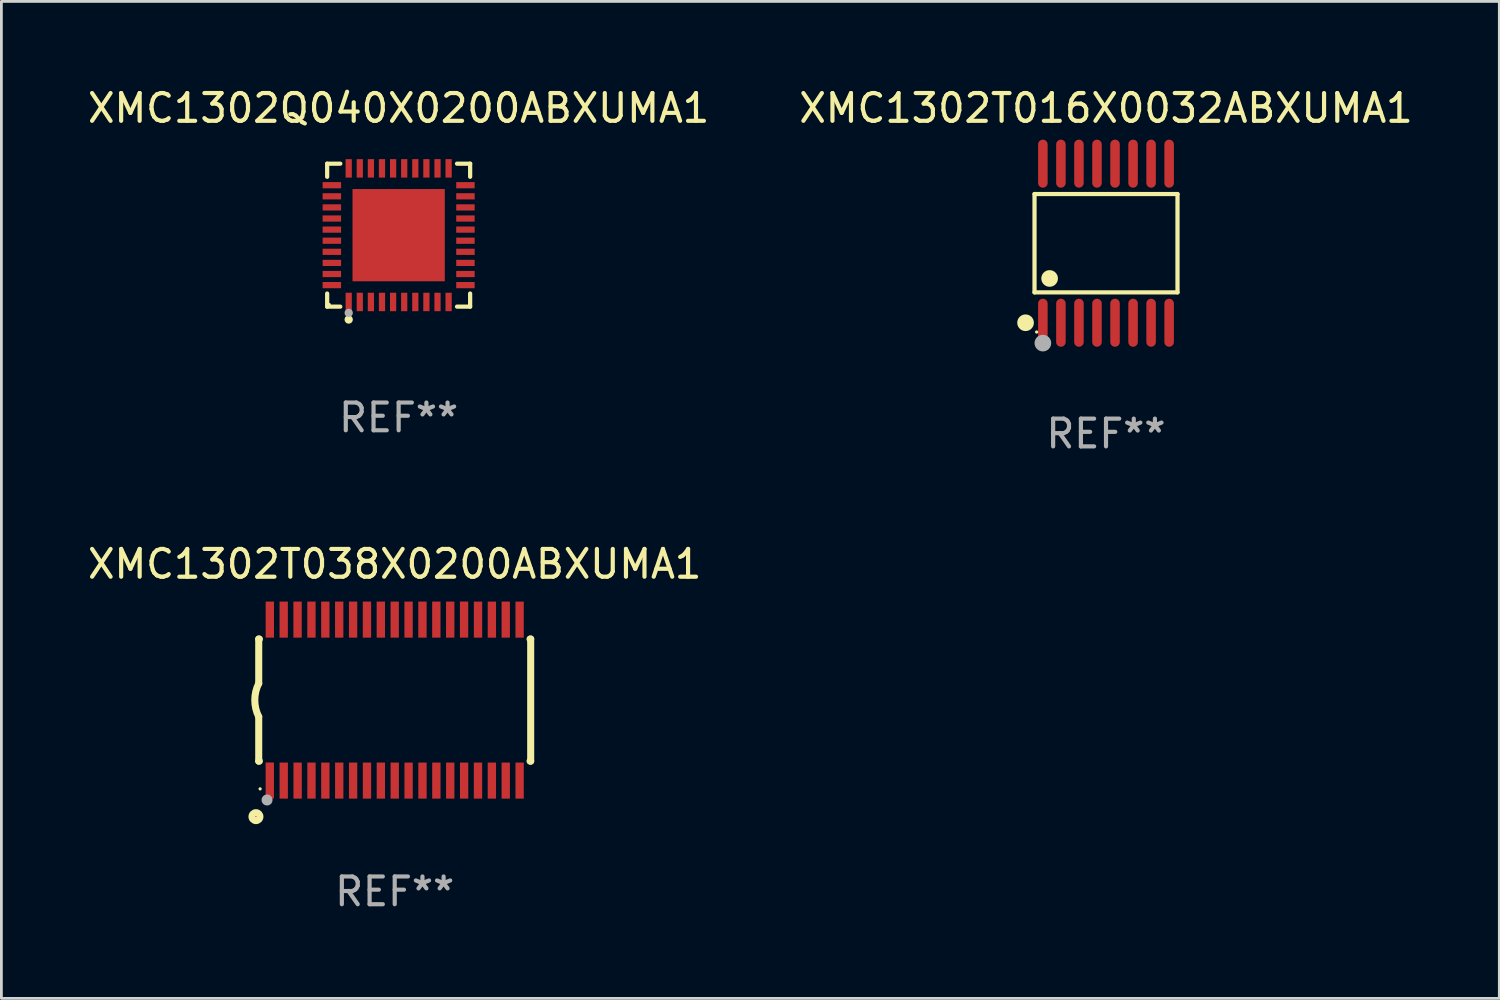
<source format=kicad_pcb>
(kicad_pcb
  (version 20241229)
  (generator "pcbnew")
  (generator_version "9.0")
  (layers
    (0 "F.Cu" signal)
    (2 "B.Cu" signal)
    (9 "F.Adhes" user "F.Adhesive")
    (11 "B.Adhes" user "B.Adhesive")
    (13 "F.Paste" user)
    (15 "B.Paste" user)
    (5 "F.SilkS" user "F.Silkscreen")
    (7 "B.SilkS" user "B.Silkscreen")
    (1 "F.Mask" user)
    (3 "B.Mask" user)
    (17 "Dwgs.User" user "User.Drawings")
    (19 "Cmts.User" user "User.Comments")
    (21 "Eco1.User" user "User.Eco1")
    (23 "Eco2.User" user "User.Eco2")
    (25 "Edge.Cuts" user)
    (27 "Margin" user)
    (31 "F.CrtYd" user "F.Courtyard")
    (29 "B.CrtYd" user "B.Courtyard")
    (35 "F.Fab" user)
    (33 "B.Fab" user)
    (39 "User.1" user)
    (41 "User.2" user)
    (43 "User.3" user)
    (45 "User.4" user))
  (footprint "XMC1302T016X0032ABXUMA1"
    (layer "F.Cu")
    (at 36.804 5.714)
    (property "Reference" "XMC1302T016X0032ABXUMA1" (at 0 -4.866 0) (layer "F.SilkS") (effects (font (size 1 1) (thickness 0.15))))
    (attr through_hole)
    (fp_line (start -2.576 -1.772) (end 2.576 -1.772) (stroke (width 0.152) (type solid)) (layer "F.SilkS"))
    (fp_line (start -2.576 1.771) (end -2.576 -1.772) (stroke (width 0.152) (type solid)) (layer "F.SilkS"))
    (fp_line (start 2.576 -1.772) (end 2.576 1.771) (stroke (width 0.152) (type solid)) (layer "F.SilkS"))
    (fp_line (start 2.576 1.771) (end -2.576 1.771) (stroke (width 0.152) (type solid)) (layer "F.SilkS"))
    (fp_circle (center -2.899 2.866) (end -2.749 2.866) (stroke (width 0.3) (type solid)) (fill no) (layer "F.SilkS"))
    (fp_circle (center -2.5 3.2) (end -2.47 3.2) (stroke (width 0.06) (type solid)) (fill no) (layer "F.SilkS"))
    (fp_circle (center -2.032 1.27) (end -1.882 1.27) (stroke (width 0.3) (type solid)) (fill no) (layer "F.SilkS"))
    (fp_circle (center -2.275 3.6) (end -2.125 3.6) (stroke (width 0.3) (type solid)) (fill no) (layer "F.Fab"))
    (fp_text user "REF**" (at 0 6.866 0) (layer "F.Fab") (effects (font (size 1 1) (thickness 0.15))))
    (pad "1" smd oval (at -2.275 2.866) (size 0.343 1.731) (layers "F.Cu" "F.Mask" "F.Paste"))
    (pad "2" smd oval (at -1.625 2.866) (size 0.343 1.731) (layers "F.Cu" "F.Mask" "F.Paste"))
    (pad "3" smd oval (at -0.975 2.866) (size 0.343 1.731) (layers "F.Cu" "F.Mask" "F.Paste"))
    (pad "4" smd oval (at -0.325 2.866) (size 0.343 1.731) (layers "F.Cu" "F.Mask" "F.Paste"))
    (pad "5" smd oval (at 0.325 2.866) (size 0.343 1.731) (layers "F.Cu" "F.Mask" "F.Paste"))
    (pad "6" smd oval (at 0.975 2.866) (size 0.343 1.731) (layers "F.Cu" "F.Mask" "F.Paste"))
    (pad "7" smd oval (at 1.625 2.866) (size 0.343 1.731) (layers "F.Cu" "F.Mask" "F.Paste"))
    (pad "8" smd oval (at 2.275 2.866) (size 0.343 1.731) (layers "F.Cu" "F.Mask" "F.Paste"))
    (pad "9" smd oval (at 2.275 -2.866) (size 0.343 1.731) (layers "F.Cu" "F.Mask" "F.Paste"))
    (pad "10" smd oval (at 1.625 -2.866) (size 0.343 1.731) (layers "F.Cu" "F.Mask" "F.Paste"))
    (pad "11" smd oval (at 0.975 -2.866) (size 0.343 1.731) (layers "F.Cu" "F.Mask" "F.Paste"))
    (pad "12" smd oval (at 0.325 -2.866) (size 0.343 1.731) (layers "F.Cu" "F.Mask" "F.Paste"))
    (pad "13" smd oval (at -0.325 -2.866) (size 0.343 1.731) (layers "F.Cu" "F.Mask" "F.Paste"))
    (pad "14" smd oval (at -0.975 -2.866) (size 0.343 1.731) (layers "F.Cu" "F.Mask" "F.Paste"))
    (pad "15" smd oval (at -1.625 -2.866) (size 0.343 1.731) (layers "F.Cu" "F.Mask" "F.Paste"))
    (pad "16" smd oval (at -2.275 -2.866) (size 0.343 1.731) (layers "F.Cu" "F.Mask" "F.Paste")))
  (footprint "XMC1302T038X0200ABXUMA1"
    (layer "F.Cu")
    (at 11.173 22.177)
    (property "Reference" "XMC1302T038X0200ABXUMA1" (at 0 -4.901 0) (layer "F.SilkS") (effects (font (size 1 1) (thickness 0.15))))
    (attr through_hole)
    (fp_line (start -4.9 -2.2) (end -4.9 -0.6) (stroke (width 0.254) (type solid)) (layer "F.SilkS"))
    (fp_line (start -4.9 -2.2) (end -4.876 -2.2) (stroke (width 0.254) (type solid)) (layer "F.SilkS"))
    (fp_line (start -4.9 2.2) (end -4.9 0.6) (stroke (width 0.254) (type solid)) (layer "F.SilkS"))
    (fp_line (start -4.9 2.2) (end -4.877 2.2) (stroke (width 0.254) (type solid)) (layer "F.SilkS"))
    (fp_line (start 4.876 -2.2) (end 4.9 -2.2) (stroke (width 0.254) (type solid)) (layer "F.SilkS"))
    (fp_line (start 4.877 2.2) (end 4.9 2.2) (stroke (width 0.254) (type solid)) (layer "F.SilkS"))
    (fp_line (start 4.9 -2.2) (end 4.9 2.2) (stroke (width 0.254) (type solid)) (layer "F.SilkS"))
    (fp_arc (start -4.900051 0.599822) (mid -5.041652 -0.000095) (end -4.9 -0.6) (stroke (width 0.254001) (type solid)) (layer "F.SilkS"))
    (fp_circle (center -5 4.2) (end -4.857 4.2) (stroke (width 0.254) (type solid)) (fill no) (layer "F.SilkS"))
    (fp_circle (center -4.85 3.2) (end -4.82 3.2) (stroke (width 0.06) (type solid)) (fill no) (layer "F.SilkS"))
    (fp_circle (center -4.6 3.6) (end -4.5 3.6) (stroke (width 0.2) (type solid)) (fill no) (layer "F.Fab"))
    (fp_text user "REF**" (at 0 6.901 0) (layer "F.Fab") (effects (font (size 1 1) (thickness 0.15))))
    (pad "1" smd rect (at -4.501 2.899 90) (size 1.3 0.3) (layers "F.Cu" "F.Mask" "F.Paste"))
    (pad "2" smd rect (at -3.999 2.901 90) (size 1.3 0.3) (layers "F.Cu" "F.Mask" "F.Paste"))
    (pad "3" smd rect (at -3.498 2.901 90) (size 1.3 0.3) (layers "F.Cu" "F.Mask" "F.Paste"))
    (pad "4" smd rect (at -2.999 2.901 90) (size 1.3 0.3) (layers "F.Cu" "F.Mask" "F.Paste"))
    (pad "5" smd rect (at -2.499 2.901 90) (size 1.3 0.3) (layers "F.Cu" "F.Mask" "F.Paste"))
    (pad "6" smd rect (at -1.999 2.901 90) (size 1.3 0.3) (layers "F.Cu" "F.Mask" "F.Paste"))
    (pad "7" smd rect (at -1.499 2.901 90) (size 1.3 0.3) (layers "F.Cu" "F.Mask" "F.Paste"))
    (pad "8" smd rect (at -0.999 2.901 90) (size 1.3 0.3) (layers "F.Cu" "F.Mask" "F.Paste"))
    (pad "9" smd rect (at -0.499 2.901 90) (size 1.3 0.3) (layers "F.Cu" "F.Mask" "F.Paste"))
    (pad "10" smd rect (at 0.001 2.901 90) (size 1.3 0.3) (layers "F.Cu" "F.Mask" "F.Paste"))
    (pad "11" smd rect (at 0.501 2.901 90) (size 1.3 0.3) (layers "F.Cu" "F.Mask" "F.Paste"))
    (pad "12" smd rect (at 1.001 2.901 90) (size 1.3 0.3) (layers "F.Cu" "F.Mask" "F.Paste"))
    (pad "13" smd rect (at 1.501 2.901 90) (size 1.3 0.3) (layers "F.Cu" "F.Mask" "F.Paste"))
    (pad "14" smd rect (at 2.001 2.901 90) (size 1.3 0.3) (layers "F.Cu" "F.Mask" "F.Paste"))
    (pad "15" smd rect (at 2.501 2.901 90) (size 1.3 0.3) (layers "F.Cu" "F.Mask" "F.Paste"))
    (pad "16" smd rect (at 3.001 2.901 90) (size 1.3 0.3) (layers "F.Cu" "F.Mask" "F.Paste"))
    (pad "17" smd rect (at 3.501 2.901 90) (size 1.3 0.3) (layers "F.Cu" "F.Mask" "F.Paste"))
    (pad "18" smd rect (at 4.001 2.901 90) (size 1.3 0.3) (layers "F.Cu" "F.Mask" "F.Paste"))
    (pad "19" smd rect (at 4.501 2.901 90) (size 1.3 0.3) (layers "F.Cu" "F.Mask" "F.Paste"))
    (pad "20" smd rect (at 4.501 -2.899 90) (size 1.3 0.3) (layers "F.Cu" "F.Mask" "F.Paste"))
    (pad "21" smd rect (at 4.001 -2.9 90) (size 1.3 0.3) (layers "F.Cu" "F.Mask" "F.Paste"))
    (pad "22" smd rect (at 3.501 -2.899 90) (size 1.3 0.3) (layers "F.Cu" "F.Mask" "F.Paste"))
    (pad "23" smd rect (at 3.002 -2.899 90) (size 1.3 0.3) (layers "F.Cu" "F.Mask" "F.Paste"))
    (pad "24" smd rect (at 2.499 -2.901 90) (size 1.3 0.3) (layers "F.Cu" "F.Mask" "F.Paste"))
    (pad "25" smd rect (at 2 -2.9 90) (size 1.3 0.3) (layers "F.Cu" "F.Mask" "F.Paste"))
    (pad "26" smd rect (at 1.5 -2.9 90) (size 1.3 0.3) (layers "F.Cu" "F.Mask" "F.Paste"))
    (pad "27" smd rect (at 1 -2.9 90) (size 1.3 0.3) (layers "F.Cu" "F.Mask" "F.Paste"))
    (pad "28" smd rect (at 0.5 -2.9 90) (size 1.3 0.3) (layers "F.Cu" "F.Mask" "F.Paste"))
    (pad "29" smd rect (at 0.000127 -2.9 90) (size 1.3 0.3) (layers "F.Cu" "F.Mask" "F.Paste"))
    (pad "30" smd rect (at -0.5 -2.9 90) (size 1.3 0.3) (layers "F.Cu" "F.Mask" "F.Paste"))
    (pad "31" smd rect (at -1 -2.9 90) (size 1.3 0.3) (layers "F.Cu" "F.Mask" "F.Paste"))
    (pad "32" smd rect (at -1.5 -2.9 90) (size 1.3 0.3) (layers "F.Cu" "F.Mask" "F.Paste"))
    (pad "33" smd rect (at -2 -2.9 90) (size 1.3 0.3) (layers "F.Cu" "F.Mask" "F.Paste"))
    (pad "34" smd rect (at -2.5 -2.9 90) (size 1.3 0.3) (layers "F.Cu" "F.Mask" "F.Paste"))
    (pad "35" smd rect (at -3 -2.9 90) (size 1.3 0.3) (layers "F.Cu" "F.Mask" "F.Paste"))
    (pad "36" smd rect (at -3.5 -2.9 90) (size 1.3 0.3) (layers "F.Cu" "F.Mask" "F.Paste"))
    (pad "37" smd rect (at -4 -2.9 90) (size 1.3 0.3) (layers "F.Cu" "F.Mask" "F.Paste"))
    (pad "38" smd rect (at -4.5 -2.9 90) (size 1.3 0.3) (layers "F.Cu" "F.Mask" "F.Paste")))
  (footprint "XMC1302Q040X0200ABXUMA1"
    (layer "F.Cu")
    (at 11.315 5.424)
    (property "Reference" "XMC1302Q040X0200ABXUMA1" (at 0 -4.576 0) (layer "F.SilkS") (effects (font (size 1 1) (thickness 0.15))))
    (attr through_hole)
    (fp_line (start -2.576 -2.576) (end -2.103 -2.576) (stroke (width 0.152) (type solid)) (layer "F.SilkS"))
    (fp_line (start -2.576 -2.103) (end -2.576 -2.576) (stroke (width 0.152) (type solid)) (layer "F.SilkS"))
    (fp_line (start -2.576 2.103) (end -2.576 2.576) (stroke (width 0.152) (type solid)) (layer "F.SilkS"))
    (fp_line (start -2.576 2.576) (end -2.103 2.576) (stroke (width 0.152) (type solid)) (layer "F.SilkS"))
    (fp_line (start 2.576 -2.576) (end 2.103 -2.576) (stroke (width 0.152) (type solid)) (layer "F.SilkS"))
    (fp_line (start 2.576 -2.103) (end 2.576 -2.576) (stroke (width 0.152) (type solid)) (layer "F.SilkS"))
    (fp_line (start 2.576 2.103) (end 2.576 2.576) (stroke (width 0.152) (type solid)) (layer "F.SilkS"))
    (fp_line (start 2.576 2.576) (end 2.103 2.576) (stroke (width 0.152) (type solid)) (layer "F.SilkS"))
    (fp_circle (center -2.5 2.5) (end -2.47 2.5) (stroke (width 0.06) (type solid)) (fill no) (layer "F.SilkS"))
    (fp_circle (center -1.8 3.04) (end -1.725 3.04) (stroke (width 0.15) (type solid)) (fill no) (layer "F.SilkS"))
    (fp_circle (center -1.8 2.8) (end -1.725 2.8) (stroke (width 0.15) (type solid)) (fill no) (layer "F.Fab"))
    (fp_text user "REF**" (at 0 6.576 0) (layer "F.Fab") (effects (font (size 1 1) (thickness 0.15))))
    (pad "1" smd rect (at -1.8 2.407) (size 0.224 0.665) (layers "F.Cu" "F.Mask" "F.Paste"))
    (pad "2" smd rect (at -1.4 2.407) (size 0.224 0.665) (layers "F.Cu" "F.Mask" "F.Paste"))
    (pad "3" smd rect (at -1 2.407) (size 0.224 0.665) (layers "F.Cu" "F.Mask" "F.Paste"))
    (pad "4" smd rect (at -0.6 2.407) (size 0.224 0.665) (layers "F.Cu" "F.Mask" "F.Paste"))
    (pad "5" smd rect (at -0.2 2.407) (size 0.224 0.665) (layers "F.Cu" "F.Mask" "F.Paste"))
    (pad "6" smd rect (at 0.2 2.407) (size 0.224 0.665) (layers "F.Cu" "F.Mask" "F.Paste"))
    (pad "7" smd rect (at 0.6 2.407) (size 0.224 0.665) (layers "F.Cu" "F.Mask" "F.Paste"))
    (pad "8" smd rect (at 1 2.407) (size 0.224 0.665) (layers "F.Cu" "F.Mask" "F.Paste"))
    (pad "9" smd rect (at 1.4 2.407) (size 0.224 0.665) (layers "F.Cu" "F.Mask" "F.Paste"))
    (pad "10" smd rect (at 1.8 2.407) (size 0.224 0.665) (layers "F.Cu" "F.Mask" "F.Paste"))
    (pad "11" smd rect (at 2.407 1.8) (size 0.665 0.224) (layers "F.Cu" "F.Mask" "F.Paste"))
    (pad "12" smd rect (at 2.407 1.4) (size 0.665 0.224) (layers "F.Cu" "F.Mask" "F.Paste"))
    (pad "13" smd rect (at 2.407 1) (size 0.665 0.224) (layers "F.Cu" "F.Mask" "F.Paste"))
    (pad "14" smd rect (at 2.407 0.6) (size 0.665 0.224) (layers "F.Cu" "F.Mask" "F.Paste"))
    (pad "15" smd rect (at 2.407 0.2) (size 0.665 0.224) (layers "F.Cu" "F.Mask" "F.Paste"))
    (pad "16" smd rect (at 2.407 -0.2) (size 0.665 0.224) (layers "F.Cu" "F.Mask" "F.Paste"))
    (pad "17" smd rect (at 2.407 -0.6) (size 0.665 0.224) (layers "F.Cu" "F.Mask" "F.Paste"))
    (pad "18" smd rect (at 2.407 -1) (size 0.665 0.224) (layers "F.Cu" "F.Mask" "F.Paste"))
    (pad "19" smd rect (at 2.407 -1.4) (size 0.665 0.224) (layers "F.Cu" "F.Mask" "F.Paste"))
    (pad "20" smd rect (at 2.407 -1.8) (size 0.665 0.224) (layers "F.Cu" "F.Mask" "F.Paste"))
    (pad "21" smd rect (at 1.8 -2.407) (size 0.224 0.665) (layers "F.Cu" "F.Mask" "F.Paste"))
    (pad "22" smd rect (at 1.4 -2.407) (size 0.224 0.665) (layers "F.Cu" "F.Mask" "F.Paste"))
    (pad "23" smd rect (at 1 -2.407) (size 0.224 0.665) (layers "F.Cu" "F.Mask" "F.Paste"))
    (pad "24" smd rect (at 0.6 -2.407) (size 0.224 0.665) (layers "F.Cu" "F.Mask" "F.Paste"))
    (pad "25" smd rect (at 0.2 -2.407) (size 0.224 0.665) (layers "F.Cu" "F.Mask" "F.Paste"))
    (pad "26" smd rect (at -0.2 -2.407) (size 0.224 0.665) (layers "F.Cu" "F.Mask" "F.Paste"))
    (pad "27" smd rect (at -0.6 -2.407) (size 0.224 0.665) (layers "F.Cu" "F.Mask" "F.Paste"))
    (pad "28" smd rect (at -1 -2.407) (size 0.224 0.665) (layers "F.Cu" "F.Mask" "F.Paste"))
    (pad "29" smd rect (at -1.4 -2.407) (size 0.224 0.665) (layers "F.Cu" "F.Mask" "F.Paste"))
    (pad "30" smd rect (at -1.8 -2.407) (size 0.224 0.665) (layers "F.Cu" "F.Mask" "F.Paste"))
    (pad "31" smd rect (at -2.407 -1.8) (size 0.665 0.224) (layers "F.Cu" "F.Mask" "F.Paste"))
    (pad "32" smd rect (at -2.407 -1.4) (size 0.665 0.224) (layers "F.Cu" "F.Mask" "F.Paste"))
    (pad "33" smd rect (at -2.407 -1) (size 0.665 0.224) (layers "F.Cu" "F.Mask" "F.Paste"))
    (pad "34" smd rect (at -2.407 -0.6) (size 0.665 0.224) (layers "F.Cu" "F.Mask" "F.Paste"))
    (pad "35" smd rect (at -2.407 -0.2) (size 0.665 0.224) (layers "F.Cu" "F.Mask" "F.Paste"))
    (pad "36" smd rect (at -2.407 0.2) (size 0.665 0.224) (layers "F.Cu" "F.Mask" "F.Paste"))
    (pad "37" smd rect (at -2.407 0.6) (size 0.665 0.224) (layers "F.Cu" "F.Mask" "F.Paste"))
    (pad "38" smd rect (at -2.407 1) (size 0.665 0.224) (layers "F.Cu" "F.Mask" "F.Paste"))
    (pad "39" smd rect (at -2.407 1.4) (size 0.665 0.224) (layers "F.Cu" "F.Mask" "F.Paste"))
    (pad "40" smd rect (at -2.407 1.8) (size 0.665 0.224) (layers "F.Cu" "F.Mask" "F.Paste"))
    (pad "41" smd rect (at 0 0) (size 3.325 3.325) (layers "F.Cu" "F.Mask" "F.Paste")))
  (gr_rect
    (start -3 -3)
    (end 50.976 32.927)
    (stroke (width 0.1) (type default))
    (fill no)
    (layer "Edge.Cuts")))
</source>
